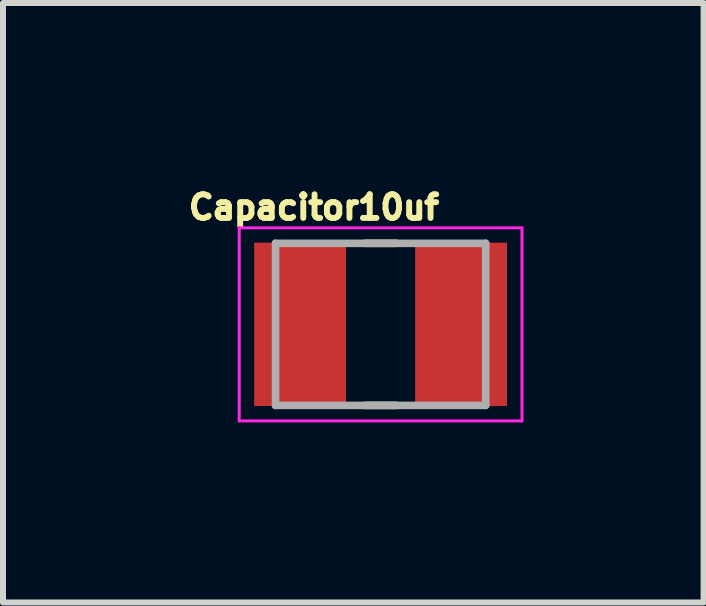
<source format=kicad_pcb>
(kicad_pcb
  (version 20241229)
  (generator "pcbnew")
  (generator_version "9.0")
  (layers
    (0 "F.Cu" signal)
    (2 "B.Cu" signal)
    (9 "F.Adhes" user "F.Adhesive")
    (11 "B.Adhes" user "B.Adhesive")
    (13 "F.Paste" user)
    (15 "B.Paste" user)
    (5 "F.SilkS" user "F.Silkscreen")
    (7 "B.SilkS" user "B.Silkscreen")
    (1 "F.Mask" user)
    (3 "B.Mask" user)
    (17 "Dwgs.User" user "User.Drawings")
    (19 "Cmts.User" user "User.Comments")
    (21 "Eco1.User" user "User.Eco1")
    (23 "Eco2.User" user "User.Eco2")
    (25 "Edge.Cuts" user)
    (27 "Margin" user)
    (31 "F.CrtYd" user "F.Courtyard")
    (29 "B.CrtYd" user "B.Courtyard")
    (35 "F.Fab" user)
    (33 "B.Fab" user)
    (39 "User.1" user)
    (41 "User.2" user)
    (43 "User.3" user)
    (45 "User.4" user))
  (footprint "Capacitor10uf"
    (layer "F.Cu")
    (at 3.29 2.353)
    (property "Reference" "Capacitor10uf" (at -1.11 -1.95 0) (layer "F.SilkS") (effects (font (size 0.394 0.394) (thickness 0.15))))
    (attr smd)
    (fp_line (start -0.26 -1.35) (end 0.26 -1.35) (stroke (width 0.127) (type solid)) (layer "F.SilkS"))
    (fp_line (start -0.26 1.35) (end 0.26 1.35) (stroke (width 0.127) (type solid)) (layer "F.SilkS"))
    (fp_line (start -2.355 -1.608) (end 2.355 -1.608) (stroke (width 0.05) (type solid)) (layer "F.CrtYd"))
    (fp_line (start -2.355 1.608) (end -2.355 -1.608) (stroke (width 0.05) (type solid)) (layer "F.CrtYd"))
    (fp_line (start -2.355 1.608) (end 2.355 1.608) (stroke (width 0.05) (type solid)) (layer "F.CrtYd"))
    (fp_line (start 2.355 1.608) (end 2.355 -1.608) (stroke (width 0.05) (type solid)) (layer "F.CrtYd"))
    (fp_line (start -1.75 1.35) (end -1.75 -1.35) (stroke (width 0.127) (type solid)) (layer "F.Fab"))
    (fp_line (start 1.75 -1.35) (end -1.75 -1.35) (stroke (width 0.127) (type solid)) (layer "F.Fab"))
    (fp_line (start 1.75 1.35) (end -1.75 1.35) (stroke (width 0.127) (type solid)) (layer "F.Fab"))
    (fp_line (start 1.75 1.35) (end 1.75 -1.35) (stroke (width 0.127) (type solid)) (layer "F.Fab"))
    (pad "1" smd rect (at -1.341 0) (size 1.53 2.72) (layers "F.Cu" "F.Mask" "F.Paste"))
    (pad "2" smd rect (at 1.341 0) (size 1.53 2.72) (layers "F.Cu" "F.Mask" "F.Paste")))
  (gr_rect
    (start -3 -3)
    (end 8.67 6.986)
    (stroke (width 0.1) (type default))
    (fill no)
    (layer "Edge.Cuts")))
</source>
